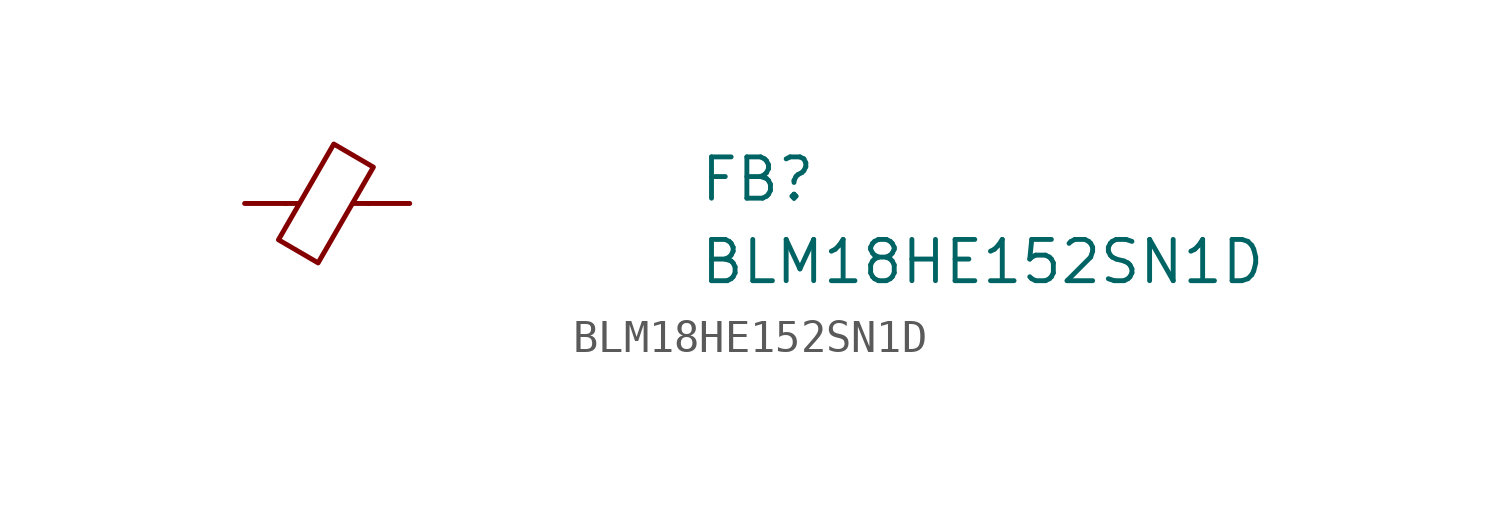
<source format=kicad_sym>
(kicad_symbol_lib
  (version 20211014)
  (generator kicad_symbol_editor)
  (symbol "BLM18HE152SN1D"
    (pin_numbers hide)
    (pin_names hide)
    (property "Reference" "FB"
      (at 13.97 0 0)
      (effects (font (size 1.27 1.27) (thickness 0.15)) (justify left bottom)))
    (property "Value" "BLM18HE152SN1D"
      (at 13.97 -2.54 0)
      (effects (font (size 1.27 1.27) (thickness 0.15)) (justify left bottom)))
    (symbol "BLM18HE152SN1D_0_1"
      (polyline (pts (xy 1.651 0) (xy 1.245 0)) (stroke (width 0) (type default) (color 0 0 0 0)) (fill (type none)))
      (polyline (pts (xy 3.81 0) (xy 3.327 0)) (stroke (width 0) (type default) (color 0 0 0 0)) (fill (type none)))
      (polyline (pts (xy 2.261 -1.829) (xy 1.041 -1.118) (xy 2.743 1.829) (xy 3.962 1.118) (xy 2.261 -1.829)) (stroke (width 0) (type default) (color 0 0 0 0)) (fill (type none))))
    (symbol "BLM18HE152SN1D_1_1"
      (pin passive line (at 0 0 0) (length 1.27) (name "~" (effects (font (size 1.27 1.27)))) (number "1" (effects (font (size 1.27 1.27)))))
      (pin passive line (at 5.08 0 180) (length 1.27) (name "~" (effects (font (size 1.27 1.27)))) (number "2" (effects (font (size 1.27 1.27))))))))
</source>
